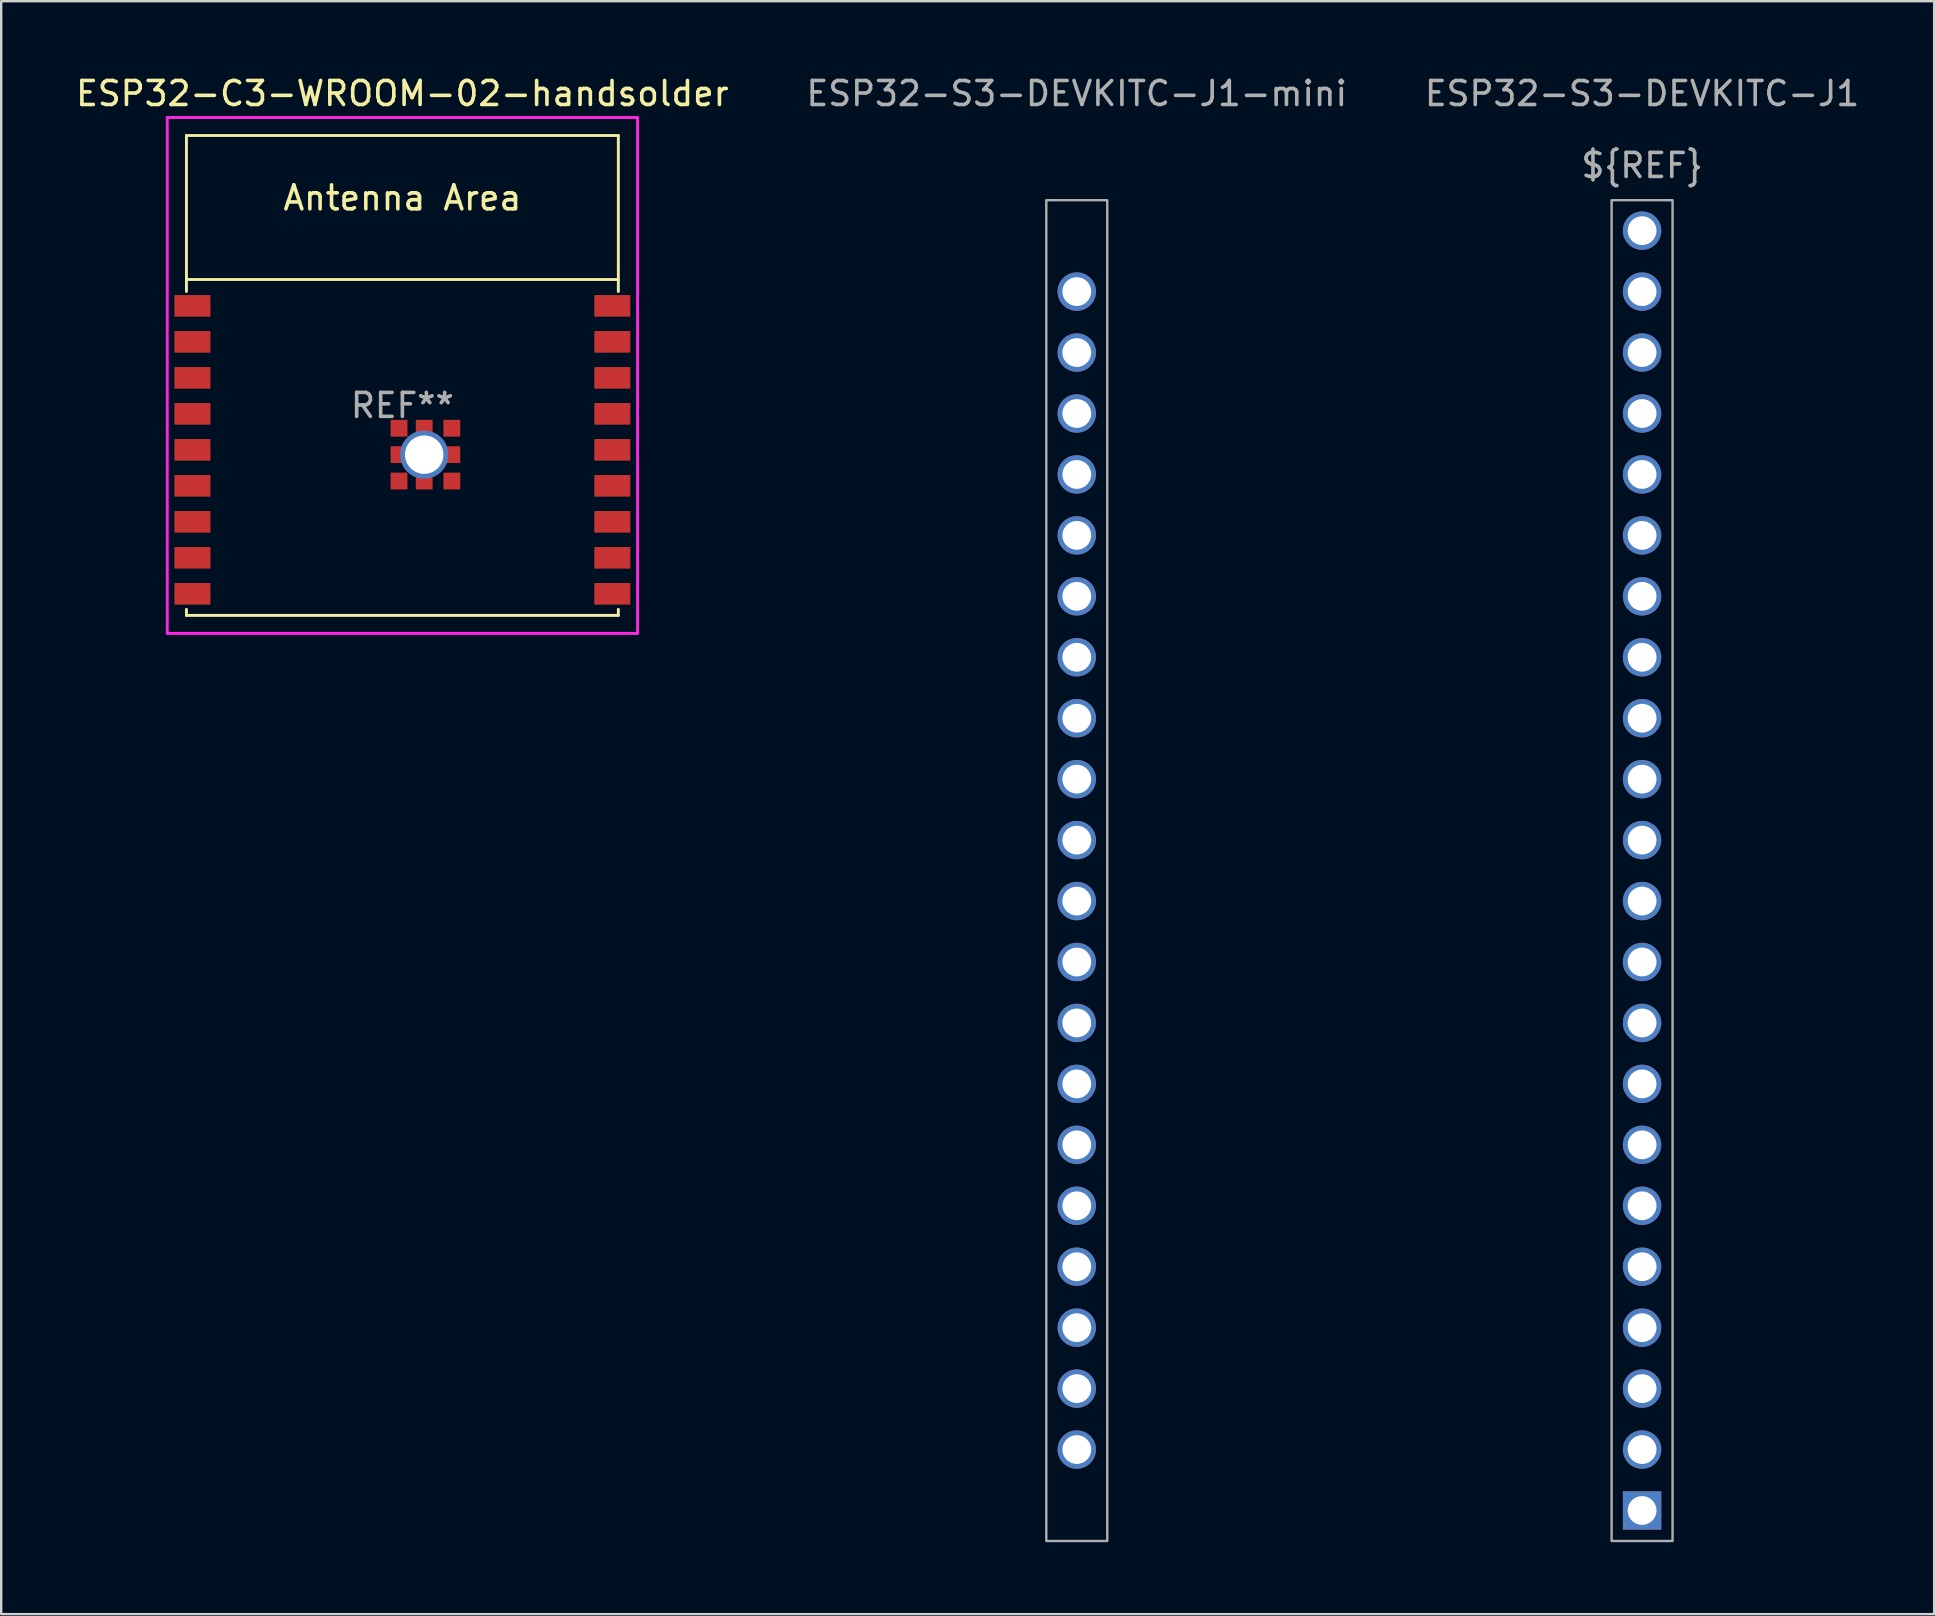
<source format=kicad_pcb>
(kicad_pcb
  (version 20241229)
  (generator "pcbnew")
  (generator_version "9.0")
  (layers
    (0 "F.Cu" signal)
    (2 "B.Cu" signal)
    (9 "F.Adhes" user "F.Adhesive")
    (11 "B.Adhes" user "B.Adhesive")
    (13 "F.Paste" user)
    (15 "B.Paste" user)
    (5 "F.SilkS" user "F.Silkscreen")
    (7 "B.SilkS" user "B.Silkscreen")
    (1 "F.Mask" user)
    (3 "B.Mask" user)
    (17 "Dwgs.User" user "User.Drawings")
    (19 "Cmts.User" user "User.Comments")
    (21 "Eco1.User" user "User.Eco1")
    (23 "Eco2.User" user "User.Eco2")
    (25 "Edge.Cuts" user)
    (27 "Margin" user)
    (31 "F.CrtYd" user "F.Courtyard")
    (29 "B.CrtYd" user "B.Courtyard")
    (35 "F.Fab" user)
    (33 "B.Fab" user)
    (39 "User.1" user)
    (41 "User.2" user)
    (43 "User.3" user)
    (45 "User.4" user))
  (footprint "ESP32-S3-DEVKITC-J1"
    (layer "F.Cu")
    (at 64.117 5.293)
    (property "Reference" "ESP32-S3-DEVKITC-J1" (at 1.27 -4.445 0) (unlocked yes) (layer "F.Fab") (effects (font (size 1 1) (thickness 0.15))))
    (attr smd)
    (fp_rect (start 0 0) (end 2.54 55.88) (stroke (width 0.1) (type solid)) (fill no) (layer "F.Fab"))
    (fp_text user "${REF}" (at 1.27 -1.445 0) (unlocked yes) (layer "F.Fab") (effects (font (size 1 1) (thickness 0.15))))
    (pad "1" thru_hole circle (at 1.27 1.27) (size 1.6 1.6) (drill 1.2) (layers "*.Cu" "*.Mask"))
    (pad "2" thru_hole circle (at 1.27 3.81) (size 1.6 1.6) (drill 1.2) (layers "*.Cu" "*.Mask"))
    (pad "3" thru_hole circle (at 1.27 6.35) (size 1.6 1.6) (drill 1.2) (layers "*.Cu" "*.Mask"))
    (pad "4" thru_hole circle (at 1.27 8.89) (size 1.6 1.6) (drill 1.2) (layers "*.Cu" "*.Mask"))
    (pad "5" thru_hole circle (at 1.27 11.43) (size 1.6 1.6) (drill 1.2) (layers "*.Cu" "*.Mask"))
    (pad "6" thru_hole circle (at 1.27 13.97) (size 1.6 1.6) (drill 1.2) (layers "*.Cu" "*.Mask"))
    (pad "7" thru_hole circle (at 1.27 16.51) (size 1.6 1.6) (drill 1.2) (layers "*.Cu" "*.Mask"))
    (pad "8" thru_hole circle (at 1.27 19.05) (size 1.6 1.6) (drill 1.2) (layers "*.Cu" "*.Mask"))
    (pad "9" thru_hole circle (at 1.27 21.59) (size 1.6 1.6) (drill 1.2) (layers "*.Cu" "*.Mask"))
    (pad "10" thru_hole circle (at 1.27 24.13) (size 1.6 1.6) (drill 1.2) (layers "*.Cu" "*.Mask"))
    (pad "11" thru_hole circle (at 1.27 26.67) (size 1.6 1.6) (drill 1.2) (layers "*.Cu" "*.Mask"))
    (pad "12" thru_hole circle (at 1.27 29.21) (size 1.6 1.6) (drill 1.2) (layers "*.Cu" "*.Mask"))
    (pad "13" thru_hole circle (at 1.27 31.75) (size 1.6 1.6) (drill 1.2) (layers "*.Cu" "*.Mask"))
    (pad "14" thru_hole circle (at 1.27 34.29) (size 1.6 1.6) (drill 1.2) (layers "*.Cu" "*.Mask"))
    (pad "15" thru_hole circle (at 1.27 36.83) (size 1.6 1.6) (drill 1.2) (layers "*.Cu" "*.Mask"))
    (pad "16" thru_hole circle (at 1.27 39.37) (size 1.6 1.6) (drill 1.2) (layers "*.Cu" "*.Mask"))
    (pad "17" thru_hole circle (at 1.27 41.91) (size 1.6 1.6) (drill 1.2) (layers "*.Cu" "*.Mask"))
    (pad "18" thru_hole circle (at 1.27 44.45) (size 1.6 1.6) (drill 1.2) (layers "*.Cu" "*.Mask"))
    (pad "19" thru_hole circle (at 1.27 46.99) (size 1.6 1.6) (drill 1.2) (layers "*.Cu" "*.Mask"))
    (pad "20" thru_hole circle (at 1.27 49.53) (size 1.6 1.6) (drill 1.2) (layers "*.Cu" "*.Mask"))
    (pad "21" thru_hole circle (at 1.27 52.07) (size 1.6 1.6) (drill 1.2) (layers "*.Cu" "*.Mask"))
    (pad "22" thru_hole rect (at 1.27 54.61) (size 1.6 1.6) (drill 1.2) (layers "*.Cu" "*.Mask")))
  (footprint "ESP32-C3-WROOM-02-handsolder"
    (layer "F.Cu")
    (at 13.72 13.848)
    (property "Reference" "ESP32-C3-WROOM-02-handsolder" (at 0 -13 0) (layer "F.SilkS") (effects (font (size 1 1) (thickness 0.15))))
    (attr smd)
    (fp_line (start -9 -11.25) (end -9 -4.75) (stroke (width 0.12) (type solid)) (layer "F.SilkS"))
    (fp_line (start -9 -11.25) (end 9 -11.25) (stroke (width 0.12) (type solid)) (layer "F.SilkS"))
    (fp_line (start -9 8.75) (end -9 8.5) (stroke (width 0.12) (type solid)) (layer "F.SilkS"))
    (fp_line (start 9 -11.25) (end 9 -4.75) (stroke (width 0.12) (type solid)) (layer "F.SilkS"))
    (fp_line (start 9 -5.25) (end -8.95 -5.25) (stroke (width 0.12) (type solid)) (layer "F.SilkS"))
    (fp_line (start 9 8.5) (end 9 8.75) (stroke (width 0.12) (type solid)) (layer "F.SilkS"))
    (fp_line (start 9 8.75) (end -9 8.75) (stroke (width 0.12) (type solid)) (layer "F.SilkS"))
    (fp_line (start -9 -11.25) (end 9 -11.25) (stroke (width 0.12) (type solid)) (layer "Eco2.User"))
    (fp_line (start -9 -5.25) (end 9 -5.25) (stroke (width 0.12) (type solid)) (layer "Eco2.User"))
    (fp_line (start -9 8.75) (end -9 -11.25) (stroke (width 0.12) (type solid)) (layer "Eco2.User"))
    (fp_line (start 9 -11.25) (end 9 8.75) (stroke (width 0.12) (type solid)) (layer "Eco2.User"))
    (fp_line (start 9 8.75) (end -9 8.75) (stroke (width 0.12) (type solid)) (layer "Eco2.User"))
    (fp_line (start -9.8 -12) (end -9.8 9.5) (stroke (width 0.12) (type solid)) (layer "F.CrtYd"))
    (fp_line (start 9.8 -12) (end -9.8 -12) (stroke (width 0.12) (type solid)) (layer "F.CrtYd"))
    (fp_line (start 9.8 9.5) (end -9.8 9.5) (stroke (width 0.12) (type solid)) (layer "F.CrtYd"))
    (fp_line (start 9.8 9.5) (end 9.8 -12) (stroke (width 0.12) (type solid)) (layer "F.CrtYd"))
    (fp_text user "Antenna Area" (at 0 -8.65 0) (layer "F.SilkS") (effects (font (size 1 1) (thickness 0.15))))
    (fp_text user "Antenna Area" (at 0 -8.65 0) (layer "Eco2.User") (effects (font (size 1 1) (thickness 0.15))))
    (fp_text user "REF**" (at 0 0 0) (layer "F.Fab") (effects (font (size 1 1) (thickness 0.15))))
    (pad "1" smd rect (at -8.75 -4.15) (size 1.5 0.9) (layers "F.Cu" "F.Mask" "F.Paste"))
    (pad "2" smd rect (at -8.75 -2.65) (size 1.5 0.9) (layers "F.Cu" "F.Mask" "F.Paste"))
    (pad "3" smd rect (at -8.75 -1.15) (size 1.5 0.9) (layers "F.Cu" "F.Mask" "F.Paste"))
    (pad "4" smd rect (at -8.75 0.35) (size 1.5 0.9) (layers "F.Cu" "F.Mask" "F.Paste"))
    (pad "5" smd rect (at -8.75 1.85) (size 1.5 0.9) (layers "F.Cu" "F.Mask" "F.Paste"))
    (pad "6" smd rect (at -8.75 3.35) (size 1.5 0.9) (layers "F.Cu" "F.Mask" "F.Paste"))
    (pad "7" smd rect (at -8.75 4.85) (size 1.5 0.9) (layers "F.Cu" "F.Mask" "F.Paste"))
    (pad "8" smd rect (at -8.75 6.35) (size 1.5 0.9) (layers "F.Cu" "F.Mask" "F.Paste"))
    (pad "9" smd rect (at -8.75 7.85) (size 1.5 0.9) (layers "F.Cu" "F.Mask" "F.Paste"))
    (pad "10" smd rect (at 8.75 7.85 180) (size 1.5 0.9) (layers "F.Cu" "F.Mask" "F.Paste"))
    (pad "11" smd rect (at 8.75 6.35 180) (size 1.5 0.9) (layers "F.Cu" "F.Mask" "F.Paste"))
    (pad "12" smd rect (at 8.75 4.85 180) (size 1.5 0.9) (layers "F.Cu" "F.Mask" "F.Paste"))
    (pad "13" smd rect (at 8.75 3.35 180) (size 1.5 0.9) (layers "F.Cu" "F.Mask" "F.Paste"))
    (pad "14" smd rect (at 8.75 1.85 180) (size 1.5 0.9) (layers "F.Cu" "F.Mask" "F.Paste"))
    (pad "15" smd rect (at 8.75 0.35 180) (size 1.5 0.9) (layers "F.Cu" "F.Mask" "F.Paste"))
    (pad "16" smd rect (at 8.75 -1.15 180) (size 1.5 0.9) (layers "F.Cu" "F.Mask" "F.Paste"))
    (pad "17" smd rect (at 8.75 -2.65 180) (size 1.5 0.9) (layers "F.Cu" "F.Mask" "F.Paste"))
    (pad "18" smd rect (at 8.75 -4.15 180) (size 1.5 0.9) (layers "F.Cu" "F.Mask" "F.Paste"))
    (pad "19" smd rect (at -0.14 0.95 180) (size 0.7 0.7) (layers "F.Cu" "F.Mask" "F.Paste"))
    (pad "19" smd rect (at -0.14 2.05 180) (size 0.7 0.7) (layers "F.Cu" "F.Mask" "F.Paste"))
    (pad "19" smd rect (at -0.14 3.15 180) (size 0.7 0.7) (layers "F.Cu" "F.Mask" "F.Paste"))
    (pad "19" smd rect (at 0.91 0.95 180) (size 0.7 0.7) (layers "F.Cu" "F.Mask" "F.Paste"))
    (pad "19" thru_hole circle (at 0.91 2.05 90) (size 2 2) (drill 1.6) (layers "*.Cu" "*.Mask"))
    (pad "19" smd rect (at 0.91 3.15 180) (size 0.7 0.7) (layers "F.Cu" "F.Mask" "F.Paste"))
    (pad "19" smd rect (at 2.06 0.95 180) (size 0.7 0.7) (layers "F.Cu" "F.Mask" "F.Paste"))
    (pad "19" smd rect (at 2.06 2.05 180) (size 0.7 0.7) (layers "F.Cu" "F.Mask" "F.Paste"))
    (pad "19" smd rect (at 2.06 3.15 180) (size 0.7 0.7) (layers "F.Cu" "F.Mask" "F.Paste")))
  (footprint "ESP32-S3-DEVKITC-J1-mini"
    (layer "F.Cu")
    (at 40.557 5.293)
    (property "Reference" "ESP32-S3-DEVKITC-J1-mini" (at 1.27 -4.445 0) (unlocked yes) (layer "F.Fab") (effects (font (size 1 1) (thickness 0.15))))
    (attr smd)
    (fp_rect (start 0 0) (end 2.54 55.88) (stroke (width 0.1) (type solid)) (fill no) (layer "F.Fab"))
    (pad "2" thru_hole circle (at 1.27 3.81) (size 1.6 1.6) (drill 1.2) (layers "*.Cu" "*.Mask"))
    (pad "3" thru_hole circle (at 1.27 6.35) (size 1.6 1.6) (drill 1.2) (layers "*.Cu" "*.Mask"))
    (pad "4" thru_hole circle (at 1.27 8.89) (size 1.6 1.6) (drill 1.2) (layers "*.Cu" "*.Mask"))
    (pad "5" thru_hole circle (at 1.27 11.43) (size 1.6 1.6) (drill 1.2) (layers "*.Cu" "*.Mask"))
    (pad "6" thru_hole circle (at 1.27 13.97) (size 1.6 1.6) (drill 1.2) (layers "*.Cu" "*.Mask"))
    (pad "7" thru_hole circle (at 1.27 16.51) (size 1.6 1.6) (drill 1.2) (layers "*.Cu" "*.Mask"))
    (pad "8" thru_hole circle (at 1.27 19.05) (size 1.6 1.6) (drill 1.2) (layers "*.Cu" "*.Mask"))
    (pad "9" thru_hole circle (at 1.27 21.59) (size 1.6 1.6) (drill 1.2) (layers "*.Cu" "*.Mask"))
    (pad "10" thru_hole circle (at 1.27 24.13) (size 1.6 1.6) (drill 1.2) (layers "*.Cu" "*.Mask"))
    (pad "11" thru_hole circle (at 1.27 26.67) (size 1.6 1.6) (drill 1.2) (layers "*.Cu" "*.Mask"))
    (pad "12" thru_hole circle (at 1.27 29.21) (size 1.6 1.6) (drill 1.2) (layers "*.Cu" "*.Mask"))
    (pad "13" thru_hole circle (at 1.27 31.75) (size 1.6 1.6) (drill 1.2) (layers "*.Cu" "*.Mask"))
    (pad "14" thru_hole circle (at 1.27 34.29) (size 1.6 1.6) (drill 1.2) (layers "*.Cu" "*.Mask"))
    (pad "15" thru_hole circle (at 1.27 36.83) (size 1.6 1.6) (drill 1.2) (layers "*.Cu" "*.Mask"))
    (pad "16" thru_hole circle (at 1.27 39.37) (size 1.6 1.6) (drill 1.2) (layers "*.Cu" "*.Mask"))
    (pad "17" thru_hole circle (at 1.27 41.91) (size 1.6 1.6) (drill 1.2) (layers "*.Cu" "*.Mask"))
    (pad "18" thru_hole circle (at 1.27 44.45) (size 1.6 1.6) (drill 1.2) (layers "*.Cu" "*.Mask"))
    (pad "19" thru_hole circle (at 1.27 46.99) (size 1.6 1.6) (drill 1.2) (layers "*.Cu" "*.Mask"))
    (pad "20" thru_hole circle (at 1.27 49.53) (size 1.6 1.6) (drill 1.2) (layers "*.Cu" "*.Mask"))
    (pad "21" thru_hole circle (at 1.27 52.07) (size 1.6 1.6) (drill 1.2) (layers "*.Cu" "*.Mask")))
  (gr_rect
    (start -3 -3)
    (end 77.56 64.223)
    (stroke (width 0.1) (type default))
    (fill no)
    (layer "Edge.Cuts")))
</source>
